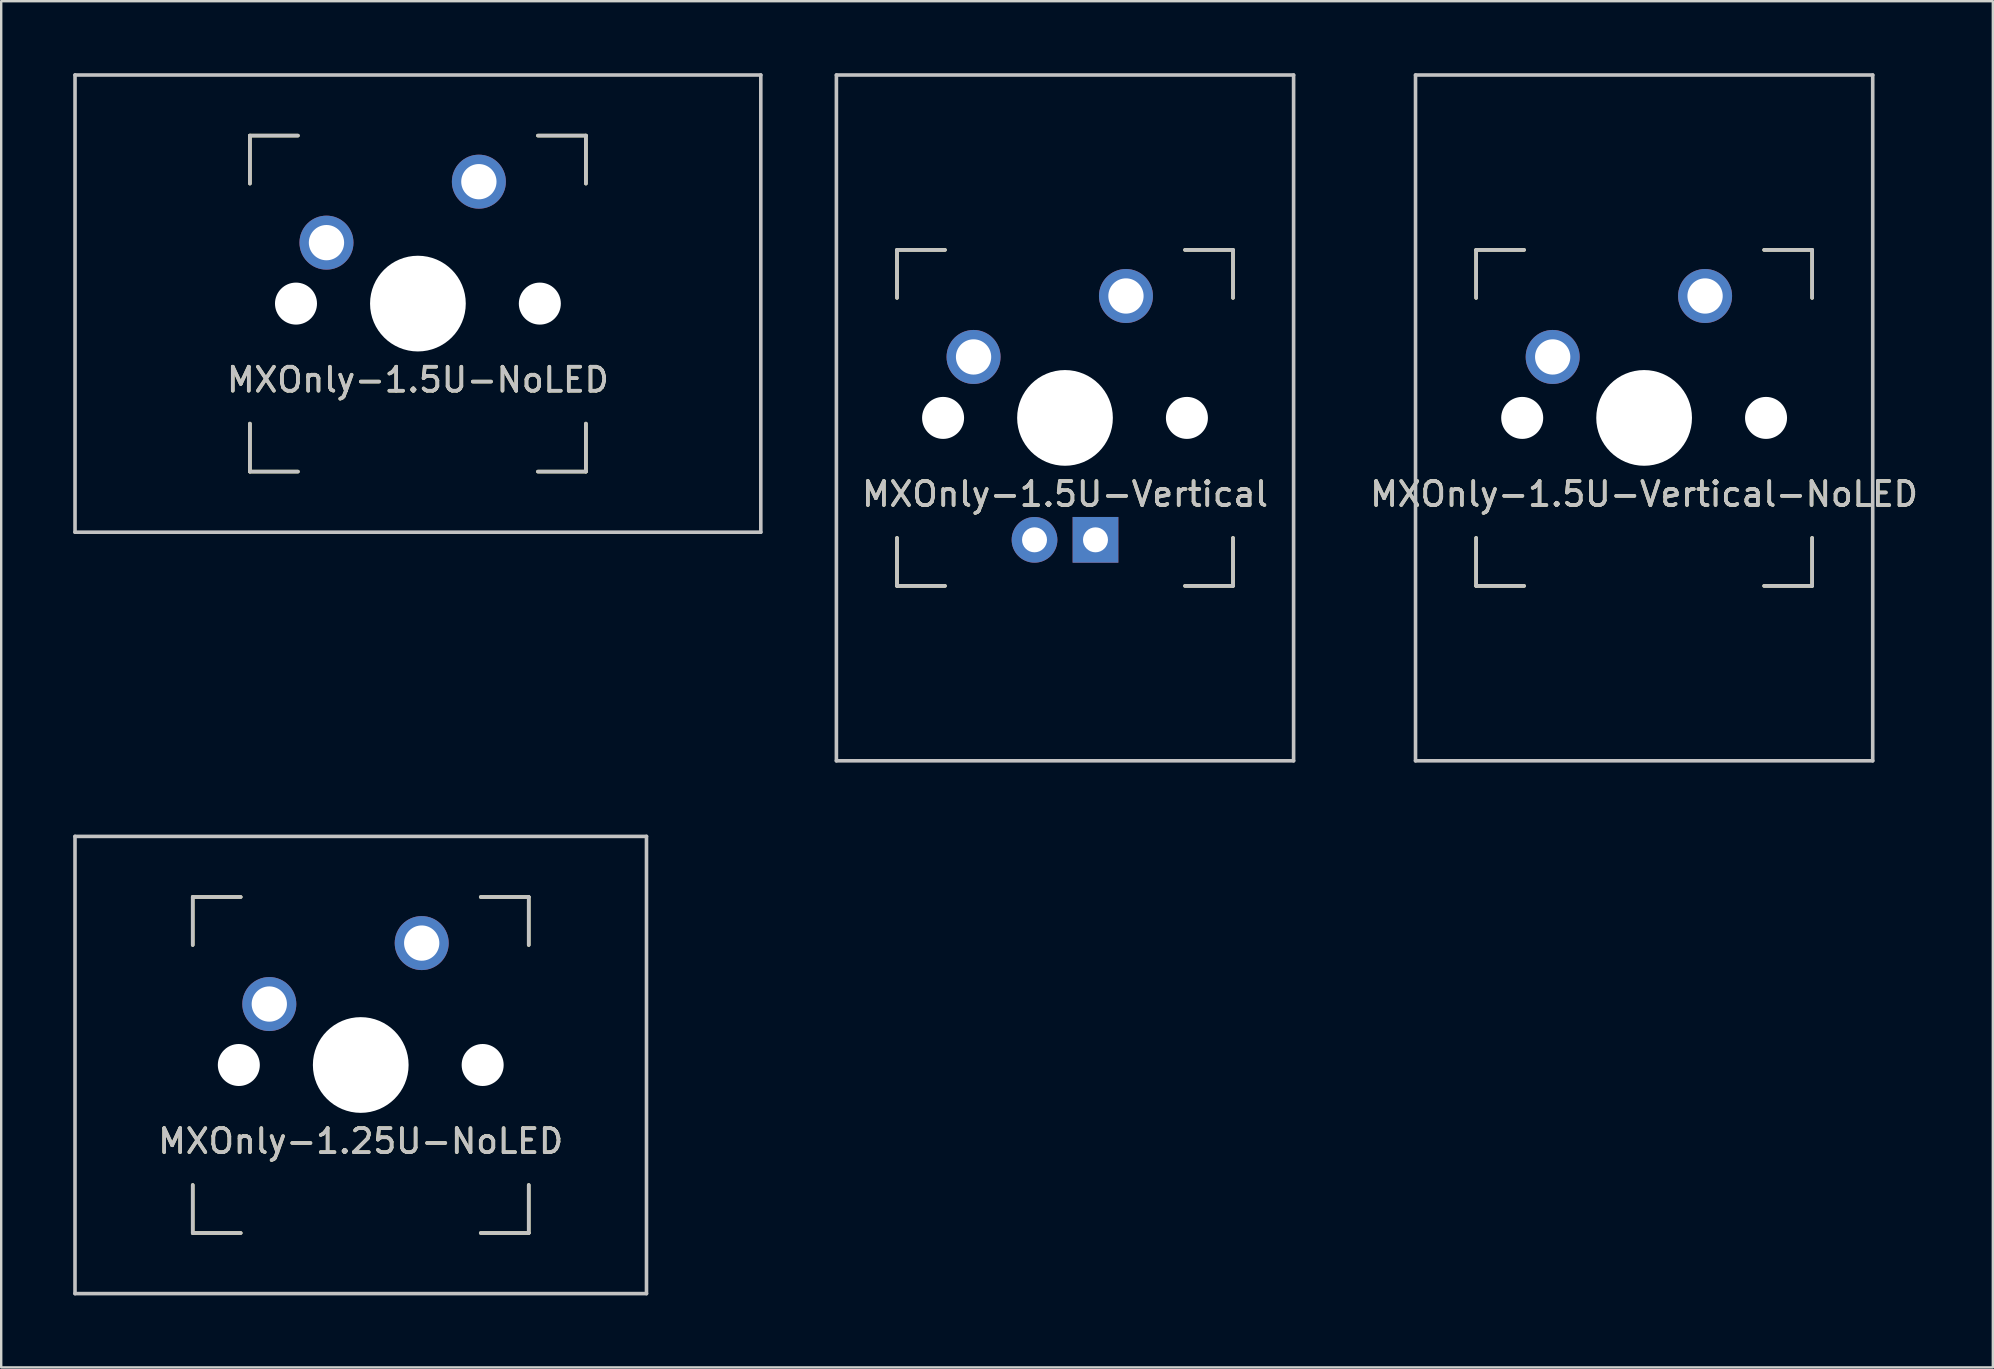
<source format=kicad_pcb>
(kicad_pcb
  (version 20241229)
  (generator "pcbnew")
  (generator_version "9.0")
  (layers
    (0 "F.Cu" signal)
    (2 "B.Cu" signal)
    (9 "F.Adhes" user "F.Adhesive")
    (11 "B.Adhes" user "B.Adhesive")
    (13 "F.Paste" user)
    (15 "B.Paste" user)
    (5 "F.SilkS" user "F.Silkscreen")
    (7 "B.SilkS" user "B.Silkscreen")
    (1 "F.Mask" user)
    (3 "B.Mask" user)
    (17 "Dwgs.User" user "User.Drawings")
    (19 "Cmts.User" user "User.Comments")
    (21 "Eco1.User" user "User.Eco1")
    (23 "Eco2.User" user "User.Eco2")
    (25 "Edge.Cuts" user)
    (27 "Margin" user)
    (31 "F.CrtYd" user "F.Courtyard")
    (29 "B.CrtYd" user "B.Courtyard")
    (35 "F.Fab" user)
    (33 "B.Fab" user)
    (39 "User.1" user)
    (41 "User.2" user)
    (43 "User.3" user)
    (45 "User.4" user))
  (footprint "MXOnly-1.5U-NoLED"
    (layer "F.Cu")
    (at 14.363 9.6)
    (property "Reference" "MXOnly-1.5U-NoLED" (at 0 3.175 0) (layer "Dwgs.User") (effects (font (size 1 1) (thickness 0.15))))
    (attr through_hole)
    (fp_line (start -7 -7) (end -7 -5) (stroke (width 0.15) (type solid)) (layer "F.SilkS"))
    (fp_line (start -7 5) (end -7 7) (stroke (width 0.15) (type solid)) (layer "F.SilkS"))
    (fp_line (start -7 7) (end -5 7) (stroke (width 0.15) (type solid)) (layer "F.SilkS"))
    (fp_line (start -5 -7) (end -7 -7) (stroke (width 0.15) (type solid)) (layer "F.SilkS"))
    (fp_line (start 5 -7) (end 7 -7) (stroke (width 0.15) (type solid)) (layer "F.SilkS"))
    (fp_line (start 5 7) (end 7 7) (stroke (width 0.15) (type solid)) (layer "F.SilkS"))
    (fp_line (start 7 -7) (end 7 -5) (stroke (width 0.15) (type solid)) (layer "F.SilkS"))
    (fp_line (start 7 7) (end 7 5) (stroke (width 0.15) (type solid)) (layer "F.SilkS"))
    (fp_line (start -14.287 -9.525) (end 14.287 -9.525) (stroke (width 0.15) (type solid)) (layer "Dwgs.User"))
    (fp_line (start -14.287 9.525) (end -14.287 -9.525) (stroke (width 0.15) (type solid)) (layer "Dwgs.User"))
    (fp_line (start -14.287 9.525) (end 14.287 9.525) (stroke (width 0.15) (type solid)) (layer "Dwgs.User"))
    (fp_line (start -7 -7) (end -7 -5) (stroke (width 0.15) (type solid)) (layer "Dwgs.User"))
    (fp_line (start -7 5) (end -7 7) (stroke (width 0.15) (type solid)) (layer "Dwgs.User"))
    (fp_line (start -7 7) (end -5 7) (stroke (width 0.15) (type solid)) (layer "Dwgs.User"))
    (fp_line (start -5 -7) (end -7 -7) (stroke (width 0.15) (type solid)) (layer "Dwgs.User"))
    (fp_line (start 5 -7) (end 7 -7) (stroke (width 0.15) (type solid)) (layer "Dwgs.User"))
    (fp_line (start 5 7) (end 7 7) (stroke (width 0.15) (type solid)) (layer "Dwgs.User"))
    (fp_line (start 7 -7) (end 7 -5) (stroke (width 0.15) (type solid)) (layer "Dwgs.User"))
    (fp_line (start 7 7) (end 7 5) (stroke (width 0.15) (type solid)) (layer "Dwgs.User"))
    (fp_line (start 14.287 -9.525) (end 14.287 9.525) (stroke (width 0.15) (type solid)) (layer "Dwgs.User"))
    (fp_text user "${REFERENCE}" (at 0 3.175 0) (layer "F.SilkS") (effects (font (size 1 1) (thickness 0.15))))
    (pad "" np_thru_hole circle (at -5.08 0 48.1) (size 1.75 1.75) (drill 1.75) (layers "*.Cu" "*.Mask"))
    (pad "" np_thru_hole circle (at 0 0) (size 3.988 3.988) (drill 3.988) (layers "*.Cu" "*.Mask"))
    (pad "" np_thru_hole circle (at 5.08 0 48.1) (size 1.75 1.75) (drill 1.75) (layers "*.Cu" "*.Mask"))
    (pad "1" thru_hole circle (at -3.81 -2.54) (size 2.25 2.25) (drill 1.47) (layers "*.Cu" "B.Mask"))
    (pad "2" thru_hole circle (at 2.54 -5.08) (size 2.25 2.25) (drill 1.47) (layers "*.Cu" "B.Mask")))
  (footprint "MXOnly-1.5U-Vertical-NoLED"
    (layer "F.Cu")
    (at 65.455 14.363)
    (property "Reference" "MXOnly-1.5U-Vertical-NoLED" (at 0 3.175 0) (layer "Dwgs.User") (effects (font (size 1 1) (thickness 0.15))))
    (attr through_hole)
    (fp_line (start -7 -7) (end -7 -5) (stroke (width 0.15) (type solid)) (layer "F.SilkS"))
    (fp_line (start -7 5) (end -7 7) (stroke (width 0.15) (type solid)) (layer "F.SilkS"))
    (fp_line (start -7 7) (end -5 7) (stroke (width 0.15) (type solid)) (layer "F.SilkS"))
    (fp_line (start -5 -7) (end -7 -7) (stroke (width 0.15) (type solid)) (layer "F.SilkS"))
    (fp_line (start 5 -7) (end 7 -7) (stroke (width 0.15) (type solid)) (layer "F.SilkS"))
    (fp_line (start 5 7) (end 7 7) (stroke (width 0.15) (type solid)) (layer "F.SilkS"))
    (fp_line (start 7 -7) (end 7 -5) (stroke (width 0.15) (type solid)) (layer "F.SilkS"))
    (fp_line (start 7 7) (end 7 5) (stroke (width 0.15) (type solid)) (layer "F.SilkS"))
    (fp_line (start -9.525 -14.287) (end -9.525 14.287) (stroke (width 0.15) (type solid)) (layer "Dwgs.User"))
    (fp_line (start -7 -7) (end -7 -5) (stroke (width 0.15) (type solid)) (layer "Dwgs.User"))
    (fp_line (start -7 5) (end -7 7) (stroke (width 0.15) (type solid)) (layer "Dwgs.User"))
    (fp_line (start -7 7) (end -5 7) (stroke (width 0.15) (type solid)) (layer "Dwgs.User"))
    (fp_line (start -5 -7) (end -7 -7) (stroke (width 0.15) (type solid)) (layer "Dwgs.User"))
    (fp_line (start 5 -7) (end 7 -7) (stroke (width 0.15) (type solid)) (layer "Dwgs.User"))
    (fp_line (start 5 7) (end 7 7) (stroke (width 0.15) (type solid)) (layer "Dwgs.User"))
    (fp_line (start 7 -7) (end 7 -5) (stroke (width 0.15) (type solid)) (layer "Dwgs.User"))
    (fp_line (start 7 7) (end 7 5) (stroke (width 0.15) (type solid)) (layer "Dwgs.User"))
    (fp_line (start 9.525 -14.287) (end -9.525 -14.287) (stroke (width 0.15) (type solid)) (layer "Dwgs.User"))
    (fp_line (start 9.525 -14.287) (end 9.525 14.287) (stroke (width 0.15) (type solid)) (layer "Dwgs.User"))
    (fp_line (start 9.525 14.287) (end -9.525 14.287) (stroke (width 0.15) (type solid)) (layer "Dwgs.User"))
    (fp_text user "${REFERENCE}" (at 0 3.175 0) (layer "F.SilkS") (effects (font (size 1 1) (thickness 0.15))))
    (pad "" np_thru_hole circle (at -5.08 0 48.1) (size 1.75 1.75) (drill 1.75) (layers "*.Cu" "*.Mask"))
    (pad "" np_thru_hole circle (at 0 0) (size 3.988 3.988) (drill 3.988) (layers "*.Cu" "*.Mask"))
    (pad "" np_thru_hole circle (at 5.08 0 48.1) (size 1.75 1.75) (drill 1.75) (layers "*.Cu" "*.Mask"))
    (pad "1" thru_hole circle (at -3.81 -2.54) (size 2.25 2.25) (drill 1.47) (layers "*.Cu" "B.Mask"))
    (pad "2" thru_hole circle (at 2.54 -5.08) (size 2.25 2.25) (drill 1.47) (layers "*.Cu" "B.Mask")))
  (footprint "MXOnly-1.5U-Vertical"
    (layer "F.Cu")
    (at 41.325 14.363)
    (property "Reference" "MXOnly-1.5U-Vertical" (at 0 3.175 0) (layer "Dwgs.User") (effects (font (size 1 1) (thickness 0.15))))
    (attr through_hole)
    (fp_line (start -7 -7) (end -7 -5) (stroke (width 0.15) (type solid)) (layer "F.SilkS"))
    (fp_line (start -7 5) (end -7 7) (stroke (width 0.15) (type solid)) (layer "F.SilkS"))
    (fp_line (start -7 7) (end -5 7) (stroke (width 0.15) (type solid)) (layer "F.SilkS"))
    (fp_line (start -5 -7) (end -7 -7) (stroke (width 0.15) (type solid)) (layer "F.SilkS"))
    (fp_line (start 5 -7) (end 7 -7) (stroke (width 0.15) (type solid)) (layer "F.SilkS"))
    (fp_line (start 5 7) (end 7 7) (stroke (width 0.15) (type solid)) (layer "F.SilkS"))
    (fp_line (start 7 -7) (end 7 -5) (stroke (width 0.15) (type solid)) (layer "F.SilkS"))
    (fp_line (start 7 7) (end 7 5) (stroke (width 0.15) (type solid)) (layer "F.SilkS"))
    (fp_line (start -9.525 -14.287) (end -9.525 14.287) (stroke (width 0.15) (type solid)) (layer "Dwgs.User"))
    (fp_line (start -7 -7) (end -7 -5) (stroke (width 0.15) (type solid)) (layer "Dwgs.User"))
    (fp_line (start -7 5) (end -7 7) (stroke (width 0.15) (type solid)) (layer "Dwgs.User"))
    (fp_line (start -7 7) (end -5 7) (stroke (width 0.15) (type solid)) (layer "Dwgs.User"))
    (fp_line (start -5 -7) (end -7 -7) (stroke (width 0.15) (type solid)) (layer "Dwgs.User"))
    (fp_line (start 5 -7) (end 7 -7) (stroke (width 0.15) (type solid)) (layer "Dwgs.User"))
    (fp_line (start 5 7) (end 7 7) (stroke (width 0.15) (type solid)) (layer "Dwgs.User"))
    (fp_line (start 7 -7) (end 7 -5) (stroke (width 0.15) (type solid)) (layer "Dwgs.User"))
    (fp_line (start 7 7) (end 7 5) (stroke (width 0.15) (type solid)) (layer "Dwgs.User"))
    (fp_line (start 9.525 -14.287) (end -9.525 -14.287) (stroke (width 0.15) (type solid)) (layer "Dwgs.User"))
    (fp_line (start 9.525 -14.287) (end 9.525 14.287) (stroke (width 0.15) (type solid)) (layer "Dwgs.User"))
    (fp_line (start 9.525 14.287) (end -9.525 14.287) (stroke (width 0.15) (type solid)) (layer "Dwgs.User"))
    (fp_text user "${REFERENCE}" (at 0 3.175 0) (layer "F.SilkS") (effects (font (size 1 1) (thickness 0.15))))
    (pad "" np_thru_hole circle (at -5.08 0 48.1) (size 1.75 1.75) (drill 1.75) (layers "*.Cu" "*.Mask"))
    (pad "" np_thru_hole circle (at 0 0) (size 3.988 3.988) (drill 3.988) (layers "*.Cu" "*.Mask"))
    (pad "" np_thru_hole circle (at 5.08 0 48.1) (size 1.75 1.75) (drill 1.75) (layers "*.Cu" "*.Mask"))
    (pad "1" thru_hole circle (at -3.81 -2.54) (size 2.25 2.25) (drill 1.47) (layers "*.Cu" "B.Mask"))
    (pad "2" thru_hole circle (at 2.54 -5.08) (size 2.25 2.25) (drill 1.47) (layers "*.Cu" "B.Mask"))
    (pad "3" thru_hole circle (at -1.27 5.08) (size 1.905 1.905) (drill 1.04) (layers "*.Cu" "B.Mask"))
    (pad "4" thru_hole rect (at 1.27 5.08) (size 1.905 1.905) (drill 1.04) (layers "*.Cu" "B.Mask")))
  (footprint "MXOnly-1.25U-NoLED"
    (layer "F.Cu")
    (at 11.981 41.325)
    (property "Reference" "MXOnly-1.25U-NoLED" (at 0 3.175 0) (layer "Dwgs.User") (effects (font (size 1 1) (thickness 0.15))))
    (attr through_hole)
    (fp_line (start -7 -7) (end -7 -5) (stroke (width 0.15) (type solid)) (layer "F.SilkS"))
    (fp_line (start -7 5) (end -7 7) (stroke (width 0.15) (type solid)) (layer "F.SilkS"))
    (fp_line (start -7 7) (end -5 7) (stroke (width 0.15) (type solid)) (layer "F.SilkS"))
    (fp_line (start -5 -7) (end -7 -7) (stroke (width 0.15) (type solid)) (layer "F.SilkS"))
    (fp_line (start 5 -7) (end 7 -7) (stroke (width 0.15) (type solid)) (layer "F.SilkS"))
    (fp_line (start 5 7) (end 7 7) (stroke (width 0.15) (type solid)) (layer "F.SilkS"))
    (fp_line (start 7 -7) (end 7 -5) (stroke (width 0.15) (type solid)) (layer "F.SilkS"))
    (fp_line (start 7 7) (end 7 5) (stroke (width 0.15) (type solid)) (layer "F.SilkS"))
    (fp_line (start -11.906 -9.525) (end 11.906 -9.525) (stroke (width 0.15) (type solid)) (layer "Dwgs.User"))
    (fp_line (start -11.906 9.525) (end -11.906 -9.525) (stroke (width 0.15) (type solid)) (layer "Dwgs.User"))
    (fp_line (start -11.906 9.525) (end 11.906 9.525) (stroke (width 0.15) (type solid)) (layer "Dwgs.User"))
    (fp_line (start -7 -7) (end -7 -5) (stroke (width 0.15) (type solid)) (layer "Dwgs.User"))
    (fp_line (start -7 5) (end -7 7) (stroke (width 0.15) (type solid)) (layer "Dwgs.User"))
    (fp_line (start -7 7) (end -5 7) (stroke (width 0.15) (type solid)) (layer "Dwgs.User"))
    (fp_line (start -5 -7) (end -7 -7) (stroke (width 0.15) (type solid)) (layer "Dwgs.User"))
    (fp_line (start 5 -7) (end 7 -7) (stroke (width 0.15) (type solid)) (layer "Dwgs.User"))
    (fp_line (start 5 7) (end 7 7) (stroke (width 0.15) (type solid)) (layer "Dwgs.User"))
    (fp_line (start 7 -7) (end 7 -5) (stroke (width 0.15) (type solid)) (layer "Dwgs.User"))
    (fp_line (start 7 7) (end 7 5) (stroke (width 0.15) (type solid)) (layer "Dwgs.User"))
    (fp_line (start 11.906 -9.525) (end 11.906 9.525) (stroke (width 0.15) (type solid)) (layer "Dwgs.User"))
    (fp_text user "${REFERENCE}" (at 0 3.175 0) (layer "F.SilkS") (effects (font (size 1 1) (thickness 0.15))))
    (pad "" np_thru_hole circle (at -5.08 0 48.1) (size 1.75 1.75) (drill 1.75) (layers "*.Cu" "*.Mask"))
    (pad "" np_thru_hole circle (at 0 0) (size 3.988 3.988) (drill 3.988) (layers "*.Cu" "*.Mask"))
    (pad "" np_thru_hole circle (at 5.08 0 48.1) (size 1.75 1.75) (drill 1.75) (layers "*.Cu" "*.Mask"))
    (pad "1" thru_hole circle (at -3.81 -2.54) (size 2.25 2.25) (drill 1.47) (layers "*.Cu" "B.Mask"))
    (pad "2" thru_hole circle (at 2.54 -5.08) (size 2.25 2.25) (drill 1.47) (layers "*.Cu" "B.Mask")))
  (gr_rect
    (start -3 -3)
    (end 79.985 53.925)
    (stroke (width 0.1) (type default))
    (fill no)
    (layer "Edge.Cuts")))
</source>
